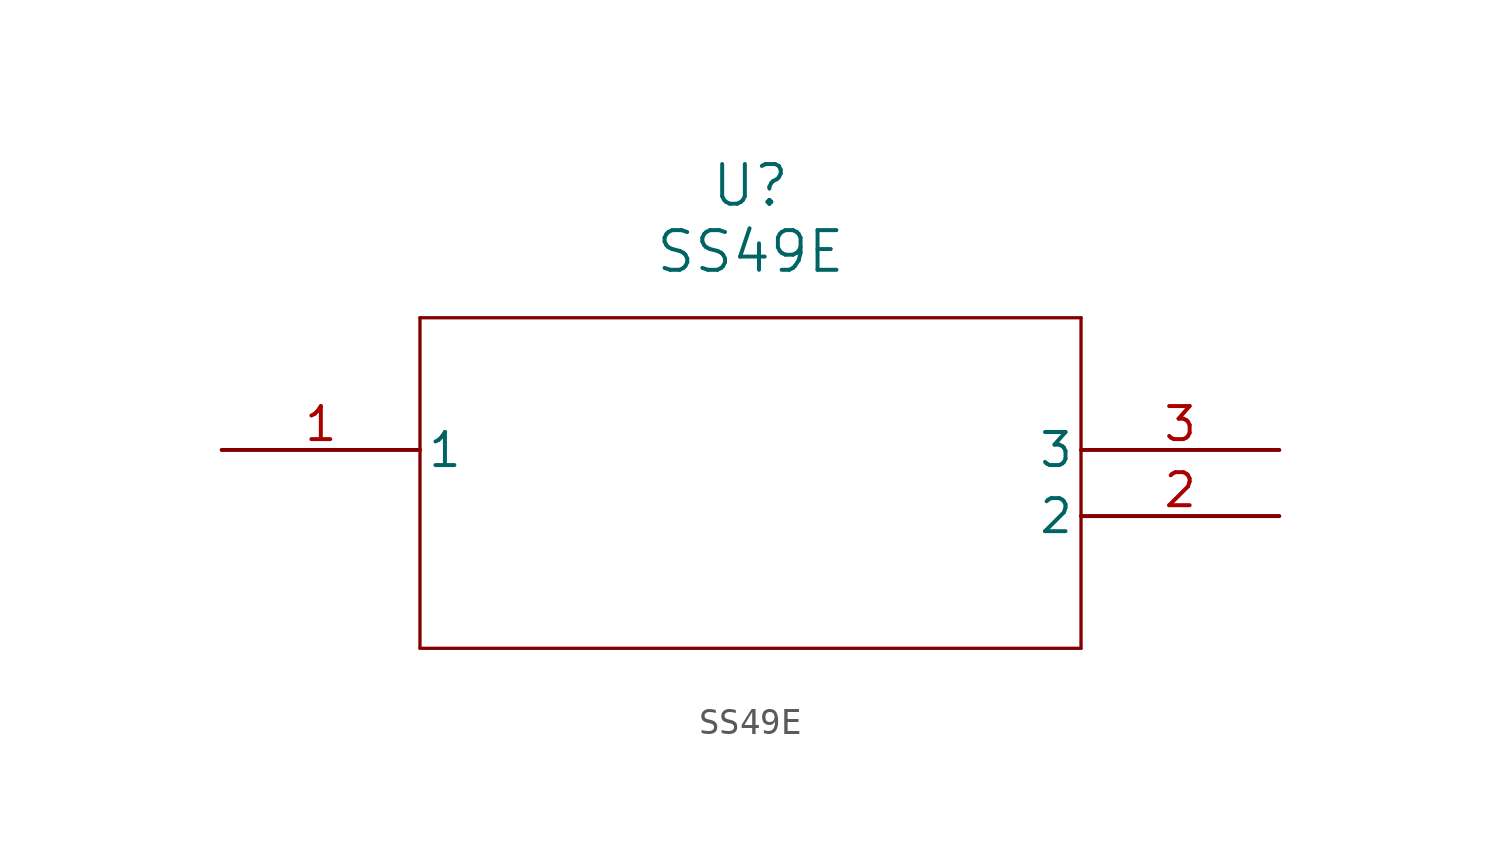
<source format=kicad_sym>
(kicad_symbol_lib
  (version 20211014)
  (generator kicad_symbol_editor)
  (symbol "SS49E"
    (pin_names
      (offset 0.254))
    (property "Reference" "U"
      (at 20.32 10.16 0)
      (effects (font (size 1.524 1.524))))
    (property "Value" "SS49E"
      (at 20.32 7.62 0)
      (effects (font (size 1.524 1.524))))
    (symbol "SS49E_0_1"
      (polyline (pts (xy 7.62 5.08) (xy 7.62 -7.62)) (stroke (width 0.127) (type default) (color 0 0 0 0)) (fill (type none)))
      (polyline (pts (xy 7.62 -7.62) (xy 33.02 -7.62)) (stroke (width 0.127) (type default) (color 0 0 0 0)) (fill (type none)))
      (polyline (pts (xy 33.02 -7.62) (xy 33.02 5.08)) (stroke (width 0.127) (type default) (color 0 0 0 0)) (fill (type none)))
      (polyline (pts (xy 33.02 5.08) (xy 7.62 5.08)) (stroke (width 0.127) (type default) (color 0 0 0 0)) (fill (type none)))
      (pin unspecified line (at 0 0 0) (length 7.62) (name "1" (effects (font (size 1.27 1.27)))) (number "1" (effects (font (size 1.27 1.27)))))
      (pin unspecified line (at 40.64 -2.54 180) (length 7.62) (name "2" (effects (font (size 1.27 1.27)))) (number "2" (effects (font (size 1.27 1.27)))))
      (pin unspecified line (at 40.64 0 180) (length 7.62) (name "3" (effects (font (size 1.27 1.27)))) (number "3" (effects (font (size 1.27 1.27))))))))
</source>
